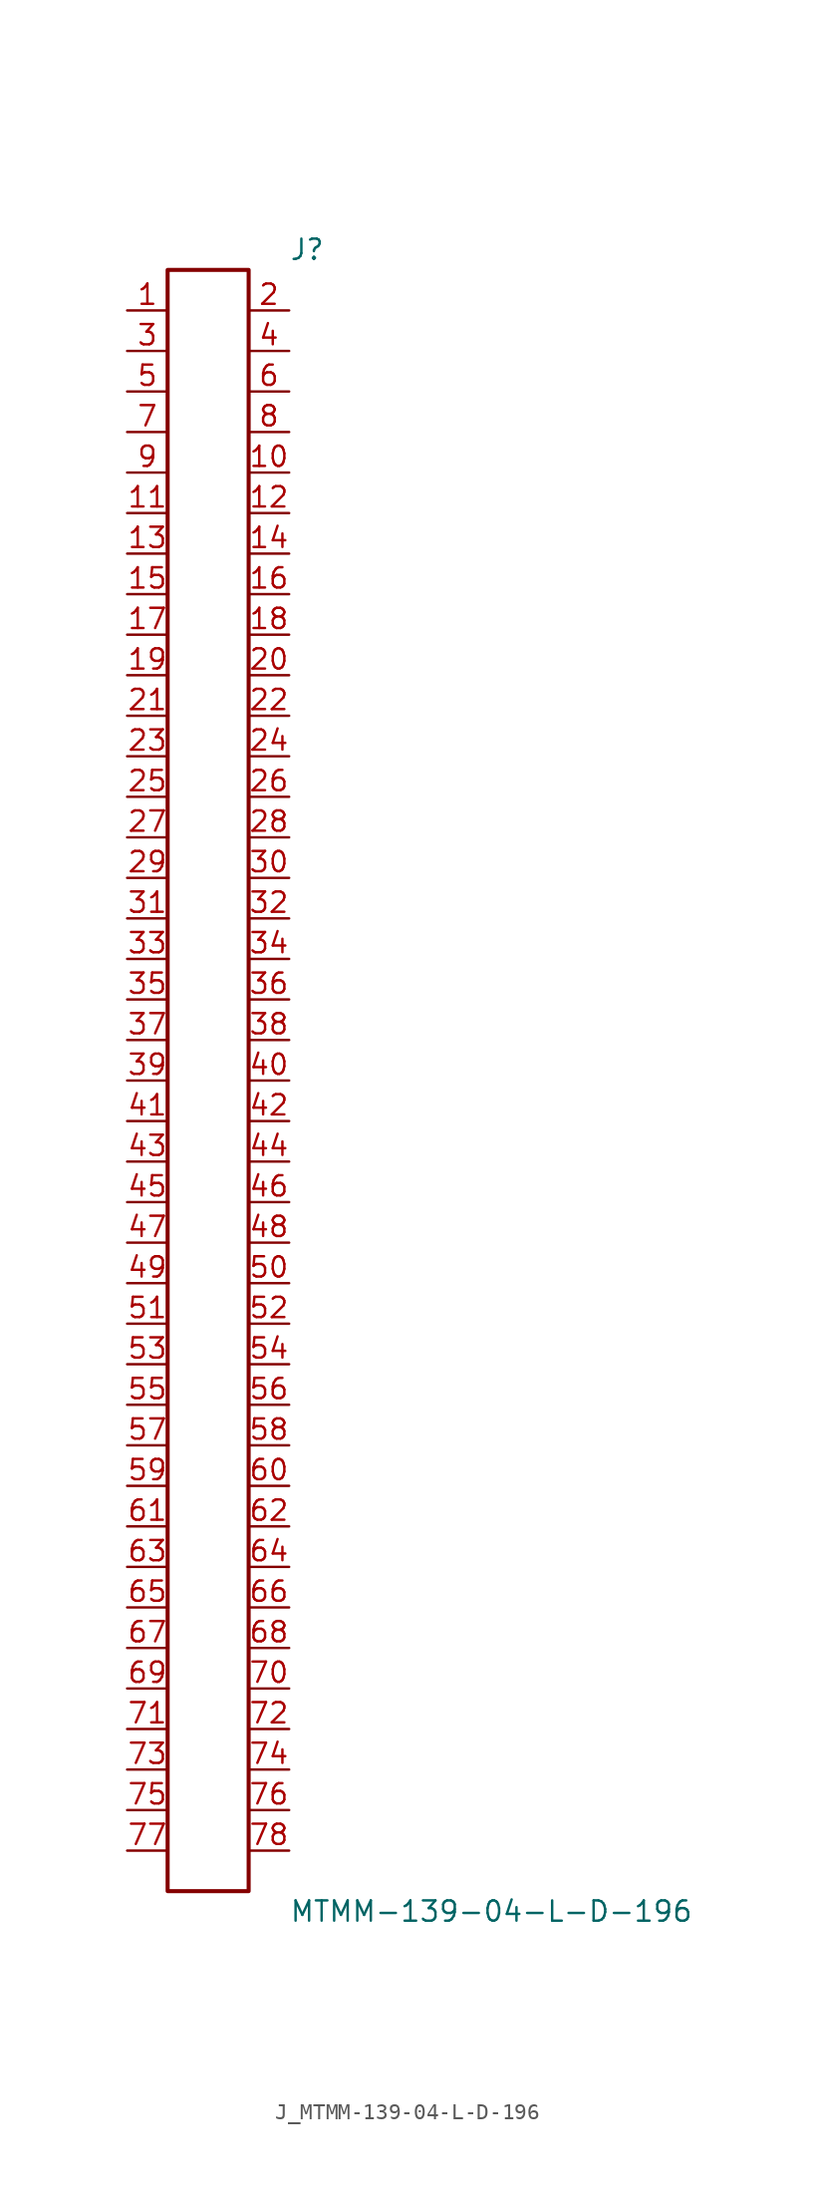
<source format=kicad_sym>
(kicad_symbol_lib
  (version 20231120)
  (generator kicad_symbol_editor)
  (generator_version 8.0)
  (symbol "J_MTMM-139-04-L-D-196"
    (pin_names
      (offset 0.254))
    (property "Reference" "J"
      (at 5.08 52.07 0)
      (effects (font (size 1.27 1.27)) (justify left)))
    (property "Value" "MTMM-139-04-L-D-196"
      (at 5.08 -52.07 0)
      (effects (font (size 1.27 1.27)) (justify left)))
    (symbol "J_MTMM-139-04-L-D-196_0_0"
      (pin passive line (at -5.08 48.26 0) (length 2.54) (name "" (effects (font (size 1.27 1.27)))) (number "1" (effects (font (size 1.27 1.27)))))
      (pin passive line (at 5.08 48.26 180) (length 2.54) (name "" (effects (font (size 1.27 1.27)))) (number "2" (effects (font (size 1.27 1.27)))))
      (pin passive line (at -5.08 45.72 0) (length 2.54) (name "" (effects (font (size 1.27 1.27)))) (number "3" (effects (font (size 1.27 1.27)))))
      (pin passive line (at 5.08 45.72 180) (length 2.54) (name "" (effects (font (size 1.27 1.27)))) (number "4" (effects (font (size 1.27 1.27)))))
      (pin passive line (at -5.08 43.18 0) (length 2.54) (name "" (effects (font (size 1.27 1.27)))) (number "5" (effects (font (size 1.27 1.27)))))
      (pin passive line (at 5.08 43.18 180) (length 2.54) (name "" (effects (font (size 1.27 1.27)))) (number "6" (effects (font (size 1.27 1.27)))))
      (pin passive line (at -5.08 40.64 0) (length 2.54) (name "" (effects (font (size 1.27 1.27)))) (number "7" (effects (font (size 1.27 1.27)))))
      (pin passive line (at 5.08 40.64 180) (length 2.54) (name "" (effects (font (size 1.27 1.27)))) (number "8" (effects (font (size 1.27 1.27)))))
      (pin passive line (at -5.08 38.1 0) (length 2.54) (name "" (effects (font (size 1.27 1.27)))) (number "9" (effects (font (size 1.27 1.27)))))
      (pin passive line (at 5.08 38.1 180) (length 2.54) (name "" (effects (font (size 1.27 1.27)))) (number "10" (effects (font (size 1.27 1.27)))))
      (pin passive line (at -5.08 35.56 0) (length 2.54) (name "" (effects (font (size 1.27 1.27)))) (number "11" (effects (font (size 1.27 1.27)))))
      (pin passive line (at 5.08 35.56 180) (length 2.54) (name "" (effects (font (size 1.27 1.27)))) (number "12" (effects (font (size 1.27 1.27)))))
      (pin passive line (at -5.08 33.02 0) (length 2.54) (name "" (effects (font (size 1.27 1.27)))) (number "13" (effects (font (size 1.27 1.27)))))
      (pin passive line (at 5.08 33.02 180) (length 2.54) (name "" (effects (font (size 1.27 1.27)))) (number "14" (effects (font (size 1.27 1.27)))))
      (pin passive line (at -5.08 30.48 0) (length 2.54) (name "" (effects (font (size 1.27 1.27)))) (number "15" (effects (font (size 1.27 1.27)))))
      (pin passive line (at 5.08 30.48 180) (length 2.54) (name "" (effects (font (size 1.27 1.27)))) (number "16" (effects (font (size 1.27 1.27)))))
      (pin passive line (at -5.08 27.94 0) (length 2.54) (name "" (effects (font (size 1.27 1.27)))) (number "17" (effects (font (size 1.27 1.27)))))
      (pin passive line (at 5.08 27.94 180) (length 2.54) (name "" (effects (font (size 1.27 1.27)))) (number "18" (effects (font (size 1.27 1.27)))))
      (pin passive line (at -5.08 25.4 0) (length 2.54) (name "" (effects (font (size 1.27 1.27)))) (number "19" (effects (font (size 1.27 1.27)))))
      (pin passive line (at 5.08 25.4 180) (length 2.54) (name "" (effects (font (size 1.27 1.27)))) (number "20" (effects (font (size 1.27 1.27)))))
      (pin passive line (at -5.08 22.86 0) (length 2.54) (name "" (effects (font (size 1.27 1.27)))) (number "21" (effects (font (size 1.27 1.27)))))
      (pin passive line (at 5.08 22.86 180) (length 2.54) (name "" (effects (font (size 1.27 1.27)))) (number "22" (effects (font (size 1.27 1.27)))))
      (pin passive line (at -5.08 20.32 0) (length 2.54) (name "" (effects (font (size 1.27 1.27)))) (number "23" (effects (font (size 1.27 1.27)))))
      (pin passive line (at 5.08 20.32 180) (length 2.54) (name "" (effects (font (size 1.27 1.27)))) (number "24" (effects (font (size 1.27 1.27)))))
      (pin passive line (at -5.08 17.78 0) (length 2.54) (name "" (effects (font (size 1.27 1.27)))) (number "25" (effects (font (size 1.27 1.27)))))
      (pin passive line (at 5.08 17.78 180) (length 2.54) (name "" (effects (font (size 1.27 1.27)))) (number "26" (effects (font (size 1.27 1.27)))))
      (pin passive line (at -5.08 15.24 0) (length 2.54) (name "" (effects (font (size 1.27 1.27)))) (number "27" (effects (font (size 1.27 1.27)))))
      (pin passive line (at 5.08 15.24 180) (length 2.54) (name "" (effects (font (size 1.27 1.27)))) (number "28" (effects (font (size 1.27 1.27)))))
      (pin passive line (at -5.08 12.7 0) (length 2.54) (name "" (effects (font (size 1.27 1.27)))) (number "29" (effects (font (size 1.27 1.27)))))
      (pin passive line (at 5.08 12.7 180) (length 2.54) (name "" (effects (font (size 1.27 1.27)))) (number "30" (effects (font (size 1.27 1.27)))))
      (pin passive line (at -5.08 10.16 0) (length 2.54) (name "" (effects (font (size 1.27 1.27)))) (number "31" (effects (font (size 1.27 1.27)))))
      (pin passive line (at 5.08 10.16 180) (length 2.54) (name "" (effects (font (size 1.27 1.27)))) (number "32" (effects (font (size 1.27 1.27)))))
      (pin passive line (at -5.08 7.62 0) (length 2.54) (name "" (effects (font (size 1.27 1.27)))) (number "33" (effects (font (size 1.27 1.27)))))
      (pin passive line (at 5.08 7.62 180) (length 2.54) (name "" (effects (font (size 1.27 1.27)))) (number "34" (effects (font (size 1.27 1.27)))))
      (pin passive line (at -5.08 5.08 0) (length 2.54) (name "" (effects (font (size 1.27 1.27)))) (number "35" (effects (font (size 1.27 1.27)))))
      (pin passive line (at 5.08 5.08 180) (length 2.54) (name "" (effects (font (size 1.27 1.27)))) (number "36" (effects (font (size 1.27 1.27)))))
      (pin passive line (at -5.08 2.54 0) (length 2.54) (name "" (effects (font (size 1.27 1.27)))) (number "37" (effects (font (size 1.27 1.27)))))
      (pin passive line (at 5.08 2.54 180) (length 2.54) (name "" (effects (font (size 1.27 1.27)))) (number "38" (effects (font (size 1.27 1.27)))))
      (pin passive line (at -5.08 0.0 0) (length 2.54) (name "" (effects (font (size 1.27 1.27)))) (number "39" (effects (font (size 1.27 1.27)))))
      (pin passive line (at 5.08 0.0 180) (length 2.54) (name "" (effects (font (size 1.27 1.27)))) (number "40" (effects (font (size 1.27 1.27)))))
      (pin passive line (at -5.08 -2.54 0) (length 2.54) (name "" (effects (font (size 1.27 1.27)))) (number "41" (effects (font (size 1.27 1.27)))))
      (pin passive line (at 5.08 -2.54 180) (length 2.54) (name "" (effects (font (size 1.27 1.27)))) (number "42" (effects (font (size 1.27 1.27)))))
      (pin passive line (at -5.08 -5.08 0) (length 2.54) (name "" (effects (font (size 1.27 1.27)))) (number "43" (effects (font (size 1.27 1.27)))))
      (pin passive line (at 5.08 -5.08 180) (length 2.54) (name "" (effects (font (size 1.27 1.27)))) (number "44" (effects (font (size 1.27 1.27)))))
      (pin passive line (at -5.08 -7.62 0) (length 2.54) (name "" (effects (font (size 1.27 1.27)))) (number "45" (effects (font (size 1.27 1.27)))))
      (pin passive line (at 5.08 -7.62 180) (length 2.54) (name "" (effects (font (size 1.27 1.27)))) (number "46" (effects (font (size 1.27 1.27)))))
      (pin passive line (at -5.08 -10.16 0) (length 2.54) (name "" (effects (font (size 1.27 1.27)))) (number "47" (effects (font (size 1.27 1.27)))))
      (pin passive line (at 5.08 -10.16 180) (length 2.54) (name "" (effects (font (size 1.27 1.27)))) (number "48" (effects (font (size 1.27 1.27)))))
      (pin passive line (at -5.08 -12.7 0) (length 2.54) (name "" (effects (font (size 1.27 1.27)))) (number "49" (effects (font (size 1.27 1.27)))))
      (pin passive line (at 5.08 -12.7 180) (length 2.54) (name "" (effects (font (size 1.27 1.27)))) (number "50" (effects (font (size 1.27 1.27)))))
      (pin passive line (at -5.08 -15.24 0) (length 2.54) (name "" (effects (font (size 1.27 1.27)))) (number "51" (effects (font (size 1.27 1.27)))))
      (pin passive line (at 5.08 -15.24 180) (length 2.54) (name "" (effects (font (size 1.27 1.27)))) (number "52" (effects (font (size 1.27 1.27)))))
      (pin passive line (at -5.08 -17.78 0) (length 2.54) (name "" (effects (font (size 1.27 1.27)))) (number "53" (effects (font (size 1.27 1.27)))))
      (pin passive line (at 5.08 -17.78 180) (length 2.54) (name "" (effects (font (size 1.27 1.27)))) (number "54" (effects (font (size 1.27 1.27)))))
      (pin passive line (at -5.08 -20.32 0) (length 2.54) (name "" (effects (font (size 1.27 1.27)))) (number "55" (effects (font (size 1.27 1.27)))))
      (pin passive line (at 5.08 -20.32 180) (length 2.54) (name "" (effects (font (size 1.27 1.27)))) (number "56" (effects (font (size 1.27 1.27)))))
      (pin passive line (at -5.08 -22.86 0) (length 2.54) (name "" (effects (font (size 1.27 1.27)))) (number "57" (effects (font (size 1.27 1.27)))))
      (pin passive line (at 5.08 -22.86 180) (length 2.54) (name "" (effects (font (size 1.27 1.27)))) (number "58" (effects (font (size 1.27 1.27)))))
      (pin passive line (at -5.08 -25.4 0) (length 2.54) (name "" (effects (font (size 1.27 1.27)))) (number "59" (effects (font (size 1.27 1.27)))))
      (pin passive line (at 5.08 -25.4 180) (length 2.54) (name "" (effects (font (size 1.27 1.27)))) (number "60" (effects (font (size 1.27 1.27)))))
      (pin passive line (at -5.08 -27.94 0) (length 2.54) (name "" (effects (font (size 1.27 1.27)))) (number "61" (effects (font (size 1.27 1.27)))))
      (pin passive line (at 5.08 -27.94 180) (length 2.54) (name "" (effects (font (size 1.27 1.27)))) (number "62" (effects (font (size 1.27 1.27)))))
      (pin passive line (at -5.08 -30.48 0) (length 2.54) (name "" (effects (font (size 1.27 1.27)))) (number "63" (effects (font (size 1.27 1.27)))))
      (pin passive line (at 5.08 -30.48 180) (length 2.54) (name "" (effects (font (size 1.27 1.27)))) (number "64" (effects (font (size 1.27 1.27)))))
      (pin passive line (at -5.08 -33.02 0) (length 2.54) (name "" (effects (font (size 1.27 1.27)))) (number "65" (effects (font (size 1.27 1.27)))))
      (pin passive line (at 5.08 -33.02 180) (length 2.54) (name "" (effects (font (size 1.27 1.27)))) (number "66" (effects (font (size 1.27 1.27)))))
      (pin passive line (at -5.08 -35.56 0) (length 2.54) (name "" (effects (font (size 1.27 1.27)))) (number "67" (effects (font (size 1.27 1.27)))))
      (pin passive line (at 5.08 -35.56 180) (length 2.54) (name "" (effects (font (size 1.27 1.27)))) (number "68" (effects (font (size 1.27 1.27)))))
      (pin passive line (at -5.08 -38.1 0) (length 2.54) (name "" (effects (font (size 1.27 1.27)))) (number "69" (effects (font (size 1.27 1.27)))))
      (pin passive line (at 5.08 -38.1 180) (length 2.54) (name "" (effects (font (size 1.27 1.27)))) (number "70" (effects (font (size 1.27 1.27)))))
      (pin passive line (at -5.08 -40.64 0) (length 2.54) (name "" (effects (font (size 1.27 1.27)))) (number "71" (effects (font (size 1.27 1.27)))))
      (pin passive line (at 5.08 -40.64 180) (length 2.54) (name "" (effects (font (size 1.27 1.27)))) (number "72" (effects (font (size 1.27 1.27)))))
      (pin passive line (at -5.08 -43.18 0) (length 2.54) (name "" (effects (font (size 1.27 1.27)))) (number "73" (effects (font (size 1.27 1.27)))))
      (pin passive line (at 5.08 -43.18 180) (length 2.54) (name "" (effects (font (size 1.27 1.27)))) (number "74" (effects (font (size 1.27 1.27)))))
      (pin passive line (at -5.08 -45.72 0) (length 2.54) (name "" (effects (font (size 1.27 1.27)))) (number "75" (effects (font (size 1.27 1.27)))))
      (pin passive line (at 5.08 -45.72 180) (length 2.54) (name "" (effects (font (size 1.27 1.27)))) (number "76" (effects (font (size 1.27 1.27)))))
      (pin passive line (at -5.08 -48.26 0) (length 2.54) (name "" (effects (font (size 1.27 1.27)))) (number "77" (effects (font (size 1.27 1.27)))))
      (pin passive line (at 5.08 -48.26 180) (length 2.54) (name "" (effects (font (size 1.27 1.27)))) (number "78" (effects (font (size 1.27 1.27))))))
    (symbol "J_MTMM-139-04-L-D-196_1_0"
      (rectangle (start -2.54 50.8) (end 2.54 -50.8) (stroke (width 0.254) (type solid)) (fill (type none))))))
</source>
